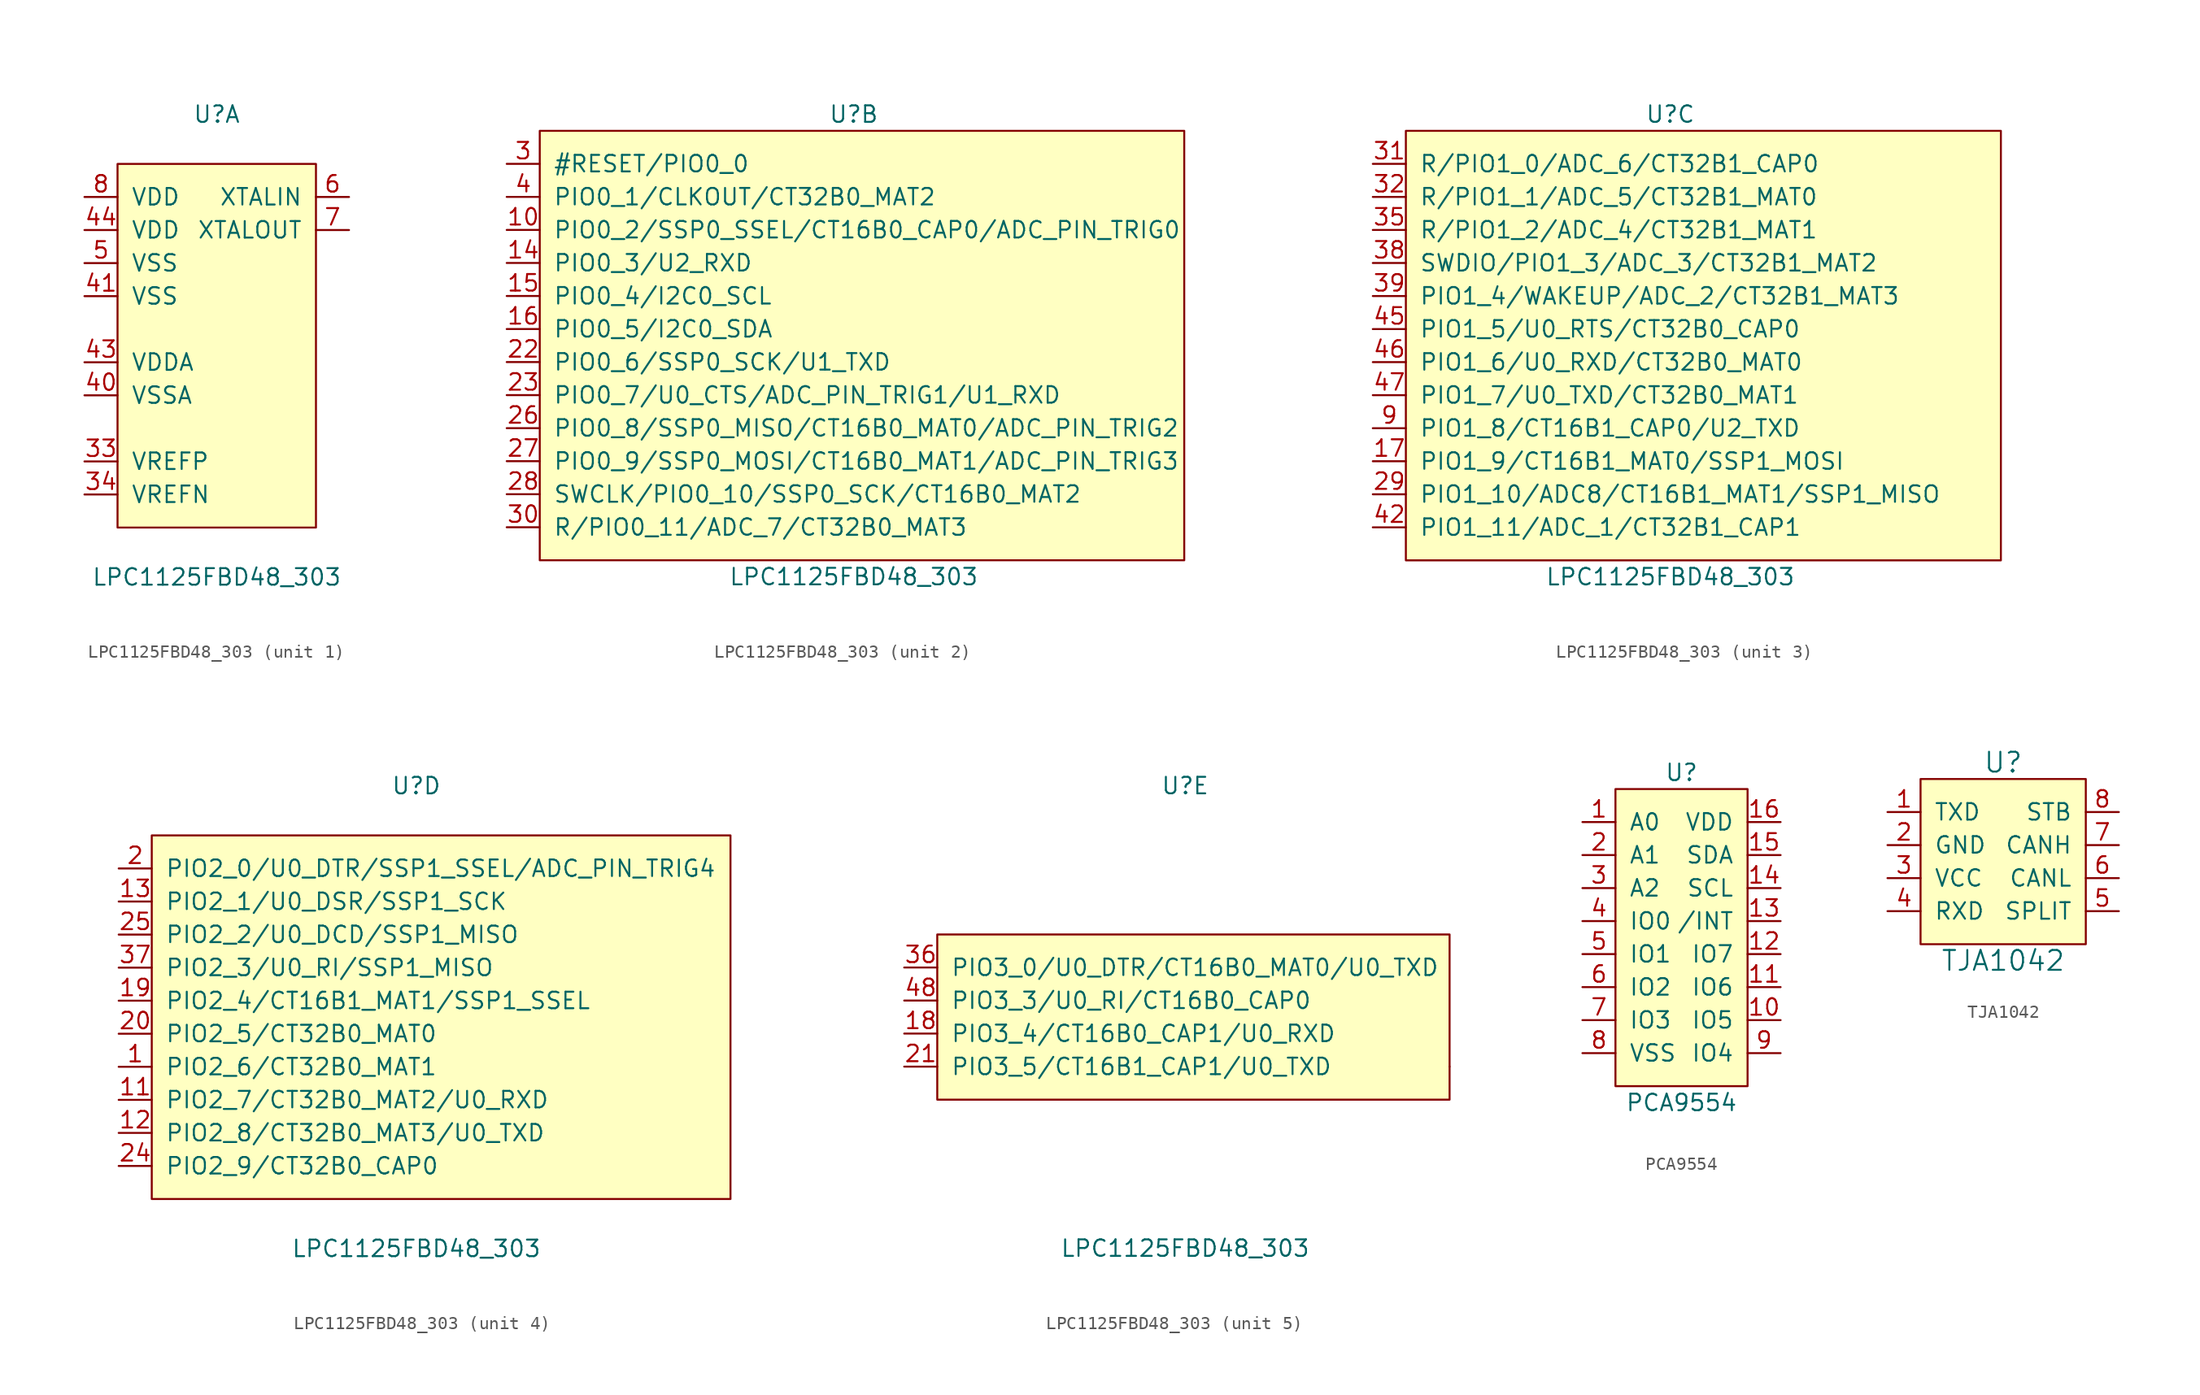
<source format=kicad_sym>
(kicad_symbol_lib
  (version 20211014)
  (generator kicad_symbol_editor)
  (symbol "LPC1125FBD48_303"
    (pin_names
      (offset 1.016))
    (property "Reference" "U"
      (at 0 17.78 0)
      (effects (font (size 1.27 1.27))))
    (property "Value" "LPC1125FBD48_303"
      (at 0 -17.78 0)
      (effects (font (size 1.27 1.27))))
    (property "ki_locked" ""
      (at 0 0 0)
      (effects (font (size 1.27 1.27))))
    (symbol "LPC1125FBD48_303_1_1"
      (rectangle (start -7.62 13.97) (end 7.62 -13.97) (stroke (width 0) (type default) (color 0 0 0 0)) (fill (type background)))
      (pin power_in line (at -10.16 -8.89 0) (length 2.54) (name "VREFP" (effects (font (size 1.27 1.27)))) (number "33" (effects (font (size 1.27 1.27)))))
      (pin power_in line (at -10.16 -11.43 0) (length 2.54) (name "VREFN" (effects (font (size 1.27 1.27)))) (number "34" (effects (font (size 1.27 1.27)))))
      (pin power_in line (at -10.16 -3.81 0) (length 2.54) (name "VSSA" (effects (font (size 1.27 1.27)))) (number "40" (effects (font (size 1.27 1.27)))))
      (pin power_in line (at -10.16 3.81 0) (length 2.54) (name "VSS" (effects (font (size 1.27 1.27)))) (number "41" (effects (font (size 1.27 1.27)))))
      (pin power_in line (at -10.16 -1.27 0) (length 2.54) (name "VDDA" (effects (font (size 1.27 1.27)))) (number "43" (effects (font (size 1.27 1.27)))))
      (pin power_in line (at -10.16 8.89 0) (length 2.54) (name "VDD" (effects (font (size 1.27 1.27)))) (number "44" (effects (font (size 1.27 1.27)))))
      (pin power_in line (at -10.16 6.35 0) (length 2.54) (name "VSS" (effects (font (size 1.27 1.27)))) (number "5" (effects (font (size 1.27 1.27)))))
      (pin input line (at 10.16 11.43 180) (length 2.54) (name "XTALIN" (effects (font (size 1.27 1.27)))) (number "6" (effects (font (size 1.27 1.27)))))
      (pin output line (at 10.16 8.89 180) (length 2.54) (name "XTALOUT" (effects (font (size 1.27 1.27)))) (number "7" (effects (font (size 1.27 1.27)))))
      (pin power_in line (at -10.16 11.43 0) (length 2.54) (name "VDD" (effects (font (size 1.27 1.27)))) (number "8" (effects (font (size 1.27 1.27))))))
    (symbol "LPC1125FBD48_303_2_1"
      (rectangle (start -24.13 16.51) (end 25.4 -16.51) (stroke (width 0) (type default) (color 0 0 0 0)) (fill (type background)))
      (pin bidirectional line (at -26.67 8.89 0) (length 2.54) (name "PIO0_2/SSP0_SSEL/CT16B0_CAP0/ADC_PIN_TRIG0" (effects (font (size 1.27 1.27)))) (number "10" (effects (font (size 1.27 1.27)))))
      (pin bidirectional line (at -26.67 6.35 0) (length 2.54) (name "PIO0_3/U2_RXD" (effects (font (size 1.27 1.27)))) (number "14" (effects (font (size 1.27 1.27)))))
      (pin bidirectional line (at -26.67 3.81 0) (length 2.54) (name "PIO0_4/I2C0_SCL" (effects (font (size 1.27 1.27)))) (number "15" (effects (font (size 1.27 1.27)))))
      (pin bidirectional line (at -26.67 1.27 0) (length 2.54) (name "PIO0_5/I2C0_SDA" (effects (font (size 1.27 1.27)))) (number "16" (effects (font (size 1.27 1.27)))))
      (pin bidirectional line (at -26.67 -1.27 0) (length 2.54) (name "PIO0_6/SSP0_SCK/U1_TXD" (effects (font (size 1.27 1.27)))) (number "22" (effects (font (size 1.27 1.27)))))
      (pin bidirectional line (at -26.67 -3.81 0) (length 2.54) (name "PIO0_7/U0_CTS/ADC_PIN_TRIG1/U1_RXD" (effects (font (size 1.27 1.27)))) (number "23" (effects (font (size 1.27 1.27)))))
      (pin bidirectional line (at -26.67 -6.35 0) (length 2.54) (name "PIO0_8/SSP0_MISO/CT16B0_MAT0/ADC_PIN_TRIG2" (effects (font (size 1.27 1.27)))) (number "26" (effects (font (size 1.27 1.27)))))
      (pin bidirectional line (at -26.67 -8.89 0) (length 2.54) (name "PIO0_9/SSP0_MOSI/CT16B0_MAT1/ADC_PIN_TRIG3" (effects (font (size 1.27 1.27)))) (number "27" (effects (font (size 1.27 1.27)))))
      (pin bidirectional line (at -26.67 -11.43 0) (length 2.54) (name "SWCLK/PIO0_10/SSP0_SCK/CT16B0_MAT2" (effects (font (size 1.27 1.27)))) (number "28" (effects (font (size 1.27 1.27)))))
      (pin bidirectional line (at -26.67 13.97 0) (length 2.54) (name "#RESET/PIO0_0" (effects (font (size 1.27 1.27)))) (number "3" (effects (font (size 1.27 1.27)))))
      (pin bidirectional line (at -26.67 -13.97 0) (length 2.54) (name "R/PIO0_11/ADC_7/CT32B0_MAT3" (effects (font (size 1.27 1.27)))) (number "30" (effects (font (size 1.27 1.27)))))
      (pin bidirectional line (at -26.67 11.43 0) (length 2.54) (name "PIO0_1/CLKOUT/CT32B0_MAT2" (effects (font (size 1.27 1.27)))) (number "4" (effects (font (size 1.27 1.27))))))
    (symbol "LPC1125FBD48_303_3_1"
      (rectangle (start -20.32 16.51) (end 25.4 -16.51) (stroke (width 0) (type default) (color 0 0 0 0)) (fill (type background)))
      (pin bidirectional line (at -22.86 -8.89 0) (length 2.54) (name "PIO1_9/CT16B1_MAT0/SSP1_MOSI" (effects (font (size 1.27 1.27)))) (number "17" (effects (font (size 1.27 1.27)))))
      (pin bidirectional line (at -22.86 -11.43 0) (length 2.54) (name "PIO1_10/ADC8/CT16B1_MAT1/SSP1_MISO" (effects (font (size 1.27 1.27)))) (number "29" (effects (font (size 1.27 1.27)))))
      (pin bidirectional line (at -22.86 13.97 0) (length 2.54) (name "R/PIO1_0/ADC_6/CT32B1_CAP0" (effects (font (size 1.27 1.27)))) (number "31" (effects (font (size 1.27 1.27)))))
      (pin bidirectional line (at -22.86 11.43 0) (length 2.54) (name "R/PIO1_1/ADC_5/CT32B1_MAT0" (effects (font (size 1.27 1.27)))) (number "32" (effects (font (size 1.27 1.27)))))
      (pin bidirectional line (at -22.86 8.89 0) (length 2.54) (name "R/PIO1_2/ADC_4/CT32B1_MAT1" (effects (font (size 1.27 1.27)))) (number "35" (effects (font (size 1.27 1.27)))))
      (pin bidirectional line (at -22.86 6.35 0) (length 2.54) (name "SWDIO/PIO1_3/ADC_3/CT32B1_MAT2" (effects (font (size 1.27 1.27)))) (number "38" (effects (font (size 1.27 1.27)))))
      (pin bidirectional line (at -22.86 3.81 0) (length 2.54) (name "PIO1_4/WAKEUP/ADC_2/CT32B1_MAT3" (effects (font (size 1.27 1.27)))) (number "39" (effects (font (size 1.27 1.27)))))
      (pin bidirectional line (at -22.86 -13.97 0) (length 2.54) (name "PIO1_11/ADC_1/CT32B1_CAP1" (effects (font (size 1.27 1.27)))) (number "42" (effects (font (size 1.27 1.27)))))
      (pin bidirectional line (at -22.86 1.27 0) (length 2.54) (name "PIO1_5/U0_RTS/CT32B0_CAP0" (effects (font (size 1.27 1.27)))) (number "45" (effects (font (size 1.27 1.27)))))
      (pin bidirectional line (at -22.86 -1.27 0) (length 2.54) (name "PIO1_6/U0_RXD/CT32B0_MAT0" (effects (font (size 1.27 1.27)))) (number "46" (effects (font (size 1.27 1.27)))))
      (pin bidirectional line (at -22.86 -3.81 0) (length 2.54) (name "PIO1_7/U0_TXD/CT32B0_MAT1" (effects (font (size 1.27 1.27)))) (number "47" (effects (font (size 1.27 1.27)))))
      (pin bidirectional line (at -22.86 -6.35 0) (length 2.54) (name "PIO1_8/CT16B1_CAP0/U2_TXD" (effects (font (size 1.27 1.27)))) (number "9" (effects (font (size 1.27 1.27))))))
    (symbol "LPC1125FBD48_303_4_1"
      (rectangle (start -20.32 13.97) (end 24.13 -13.97) (stroke (width 0) (type default) (color 0 0 0 0)) (fill (type background)))
      (pin bidirectional line (at -22.86 -3.81 0) (length 2.54) (name "PIO2_6/CT32B0_MAT1" (effects (font (size 1.27 1.27)))) (number "1" (effects (font (size 1.27 1.27)))))
      (pin bidirectional line (at -22.86 -6.35 0) (length 2.54) (name "PIO2_7/CT32B0_MAT2/U0_RXD" (effects (font (size 1.27 1.27)))) (number "11" (effects (font (size 1.27 1.27)))))
      (pin bidirectional line (at -22.86 -8.89 0) (length 2.54) (name "PIO2_8/CT32B0_MAT3/U0_TXD" (effects (font (size 1.27 1.27)))) (number "12" (effects (font (size 1.27 1.27)))))
      (pin bidirectional line (at -22.86 8.89 0) (length 2.54) (name "PIO2_1/U0_DSR/SSP1_SCK" (effects (font (size 1.27 1.27)))) (number "13" (effects (font (size 1.27 1.27)))))
      (pin bidirectional line (at -22.86 1.27 0) (length 2.54) (name "PIO2_4/CT16B1_MAT1/SSP1_SSEL" (effects (font (size 1.27 1.27)))) (number "19" (effects (font (size 1.27 1.27)))))
      (pin bidirectional line (at -22.86 11.43 0) (length 2.54) (name "PIO2_0/U0_DTR/SSP1_SSEL/ADC_PIN_TRIG4" (effects (font (size 1.27 1.27)))) (number "2" (effects (font (size 1.27 1.27)))))
      (pin bidirectional line (at -22.86 -1.27 0) (length 2.54) (name "PIO2_5/CT32B0_MAT0" (effects (font (size 1.27 1.27)))) (number "20" (effects (font (size 1.27 1.27)))))
      (pin bidirectional line (at -22.86 -11.43 0) (length 2.54) (name "PIO2_9/CT32B0_CAP0" (effects (font (size 1.27 1.27)))) (number "24" (effects (font (size 1.27 1.27)))))
      (pin bidirectional line (at -22.86 6.35 0) (length 2.54) (name "PIO2_2/U0_DCD/SSP1_MISO" (effects (font (size 1.27 1.27)))) (number "25" (effects (font (size 1.27 1.27)))))
      (pin bidirectional line (at -22.86 3.81 0) (length 2.54) (name "PIO2_3/U0_RI/SSP1_MISO" (effects (font (size 1.27 1.27)))) (number "37" (effects (font (size 1.27 1.27))))))
    (symbol "LPC1125FBD48_303_5_1"
      (rectangle (start -19.05 6.35) (end 20.32 -6.35) (stroke (width 0) (type default) (color 0 0 0 0)) (fill (type background)))
      (rectangle (start 20.32 -3.81) (end 20.32 -3.81) (stroke (width 0) (type default) (color 0 0 0 0)) (fill (type none)))
      (pin bidirectional line (at -21.59 -1.27 0) (length 2.54) (name "PIO3_4/CT16B0_CAP1/U0_RXD" (effects (font (size 1.27 1.27)))) (number "18" (effects (font (size 1.27 1.27)))))
      (pin bidirectional line (at -21.59 -3.81 0) (length 2.54) (name "PIO3_5/CT16B1_CAP1/U0_TXD" (effects (font (size 1.27 1.27)))) (number "21" (effects (font (size 1.27 1.27)))))
      (pin bidirectional line (at -21.59 3.81 0) (length 2.54) (name "PIO3_0/U0_DTR/CT16B0_MAT0/U0_TXD" (effects (font (size 1.27 1.27)))) (number "36" (effects (font (size 1.27 1.27)))))
      (pin bidirectional line (at -21.59 1.27 0) (length 2.54) (name "PIO3_3/U0_RI/CT16B0_CAP0" (effects (font (size 1.27 1.27)))) (number "48" (effects (font (size 1.27 1.27)))))))
  (symbol "PCA9554"
    (pin_names
      (offset 1.016))
    (property "Reference" "U"
      (at 0 10.16 0)
      (effects (font (size 1.27 1.27))))
    (property "Value" "PCA9554"
      (at 0 -15.24 0)
      (effects (font (size 1.27 1.27))))
    (symbol "PCA9554_0_1"
      (rectangle (start -5.08 8.89) (end 5.08 -13.97) (stroke (width 0) (type default) (color 0 0 0 0)) (fill (type background))))
    (symbol "PCA9554_1_1"
      (pin input line (at -7.62 6.35 0) (length 2.54) (name "A0" (effects (font (size 1.27 1.27)))) (number "1" (effects (font (size 1.27 1.27)))))
      (pin bidirectional line (at 7.62 -8.89 180) (length 2.54) (name "IO5" (effects (font (size 1.27 1.27)))) (number "10" (effects (font (size 1.27 1.27)))))
      (pin bidirectional line (at 7.62 -6.35 180) (length 2.54) (name "IO6" (effects (font (size 1.27 1.27)))) (number "11" (effects (font (size 1.27 1.27)))))
      (pin bidirectional line (at 7.62 -3.81 180) (length 2.54) (name "IO7" (effects (font (size 1.27 1.27)))) (number "12" (effects (font (size 1.27 1.27)))))
      (pin open_collector line (at 7.62 -1.27 180) (length 2.54) (name "/INT" (effects (font (size 1.27 1.27)))) (number "13" (effects (font (size 1.27 1.27)))))
      (pin open_collector line (at 7.62 1.27 180) (length 2.54) (name "SCL" (effects (font (size 1.27 1.27)))) (number "14" (effects (font (size 1.27 1.27)))))
      (pin open_collector line (at 7.62 3.81 180) (length 2.54) (name "SDA" (effects (font (size 1.27 1.27)))) (number "15" (effects (font (size 1.27 1.27)))))
      (pin power_in line (at 7.62 6.35 180) (length 2.54) (name "VDD" (effects (font (size 1.27 1.27)))) (number "16" (effects (font (size 1.27 1.27)))))
      (pin input line (at -7.62 3.81 0) (length 2.54) (name "A1" (effects (font (size 1.27 1.27)))) (number "2" (effects (font (size 1.27 1.27)))))
      (pin input line (at -7.62 1.27 0) (length 2.54) (name "A2" (effects (font (size 1.27 1.27)))) (number "3" (effects (font (size 1.27 1.27)))))
      (pin bidirectional line (at -7.62 -1.27 0) (length 2.54) (name "IO0" (effects (font (size 1.27 1.27)))) (number "4" (effects (font (size 1.27 1.27)))))
      (pin bidirectional line (at -7.62 -3.81 0) (length 2.54) (name "IO1" (effects (font (size 1.27 1.27)))) (number "5" (effects (font (size 1.27 1.27)))))
      (pin bidirectional line (at -7.62 -6.35 0) (length 2.54) (name "IO2" (effects (font (size 1.27 1.27)))) (number "6" (effects (font (size 1.27 1.27)))))
      (pin bidirectional line (at -7.62 -8.89 0) (length 2.54) (name "IO3" (effects (font (size 1.27 1.27)))) (number "7" (effects (font (size 1.27 1.27)))))
      (pin power_in line (at -7.62 -11.43 0) (length 2.54) (name "VSS" (effects (font (size 1.27 1.27)))) (number "8" (effects (font (size 1.27 1.27)))))
      (pin bidirectional line (at 7.62 -11.43 180) (length 2.54) (name "IO4" (effects (font (size 1.27 1.27)))) (number "9" (effects (font (size 1.27 1.27)))))))
  (symbol "TJA1042"
    (pin_names
      (offset 1.016))
    (property "Reference" "U"
      (at 0 8.89 0)
      (effects (font (size 1.524 1.524))))
    (property "Value" "TJA1042"
      (at 0 -6.35 0)
      (effects (font (size 1.524 1.524))))
    (property "Footprint" ""
      (at 0 0 0)
      (effects (font (size 1.524 1.524))))
    (property "Datasheet" ""
      (at 0 0 0)
      (effects (font (size 1.524 1.524))))
    (symbol "TJA1042_1_1"
      (rectangle (start -6.35 7.62) (end 6.35 -5.08) (stroke (width 0) (type default) (color 0 0 0 0)) (fill (type background)))
      (pin input line (at -8.89 5.08 0) (length 2.54) (name "TXD" (effects (font (size 1.27 1.27)))) (number "1" (effects (font (size 1.27 1.27)))))
      (pin power_in line (at -8.89 2.54 0) (length 2.54) (name "GND" (effects (font (size 1.27 1.27)))) (number "2" (effects (font (size 1.27 1.27)))))
      (pin power_in line (at -8.89 0 0) (length 2.54) (name "VCC" (effects (font (size 1.27 1.27)))) (number "3" (effects (font (size 1.27 1.27)))))
      (pin output line (at -8.89 -2.54 0) (length 2.54) (name "RXD" (effects (font (size 1.27 1.27)))) (number "4" (effects (font (size 1.27 1.27)))))
      (pin passive line (at 8.89 -2.54 180) (length 2.54) (name "SPLIT" (effects (font (size 1.27 1.27)))) (number "5" (effects (font (size 1.27 1.27)))))
      (pin bidirectional line (at 8.89 0 180) (length 2.54) (name "CANL" (effects (font (size 1.27 1.27)))) (number "6" (effects (font (size 1.27 1.27)))))
      (pin bidirectional line (at 8.89 2.54 180) (length 2.54) (name "CANH" (effects (font (size 1.27 1.27)))) (number "7" (effects (font (size 1.27 1.27)))))
      (pin input line (at 8.89 5.08 180) (length 2.54) (name "STB" (effects (font (size 1.27 1.27)))) (number "8" (effects (font (size 1.27 1.27))))))))
</source>
